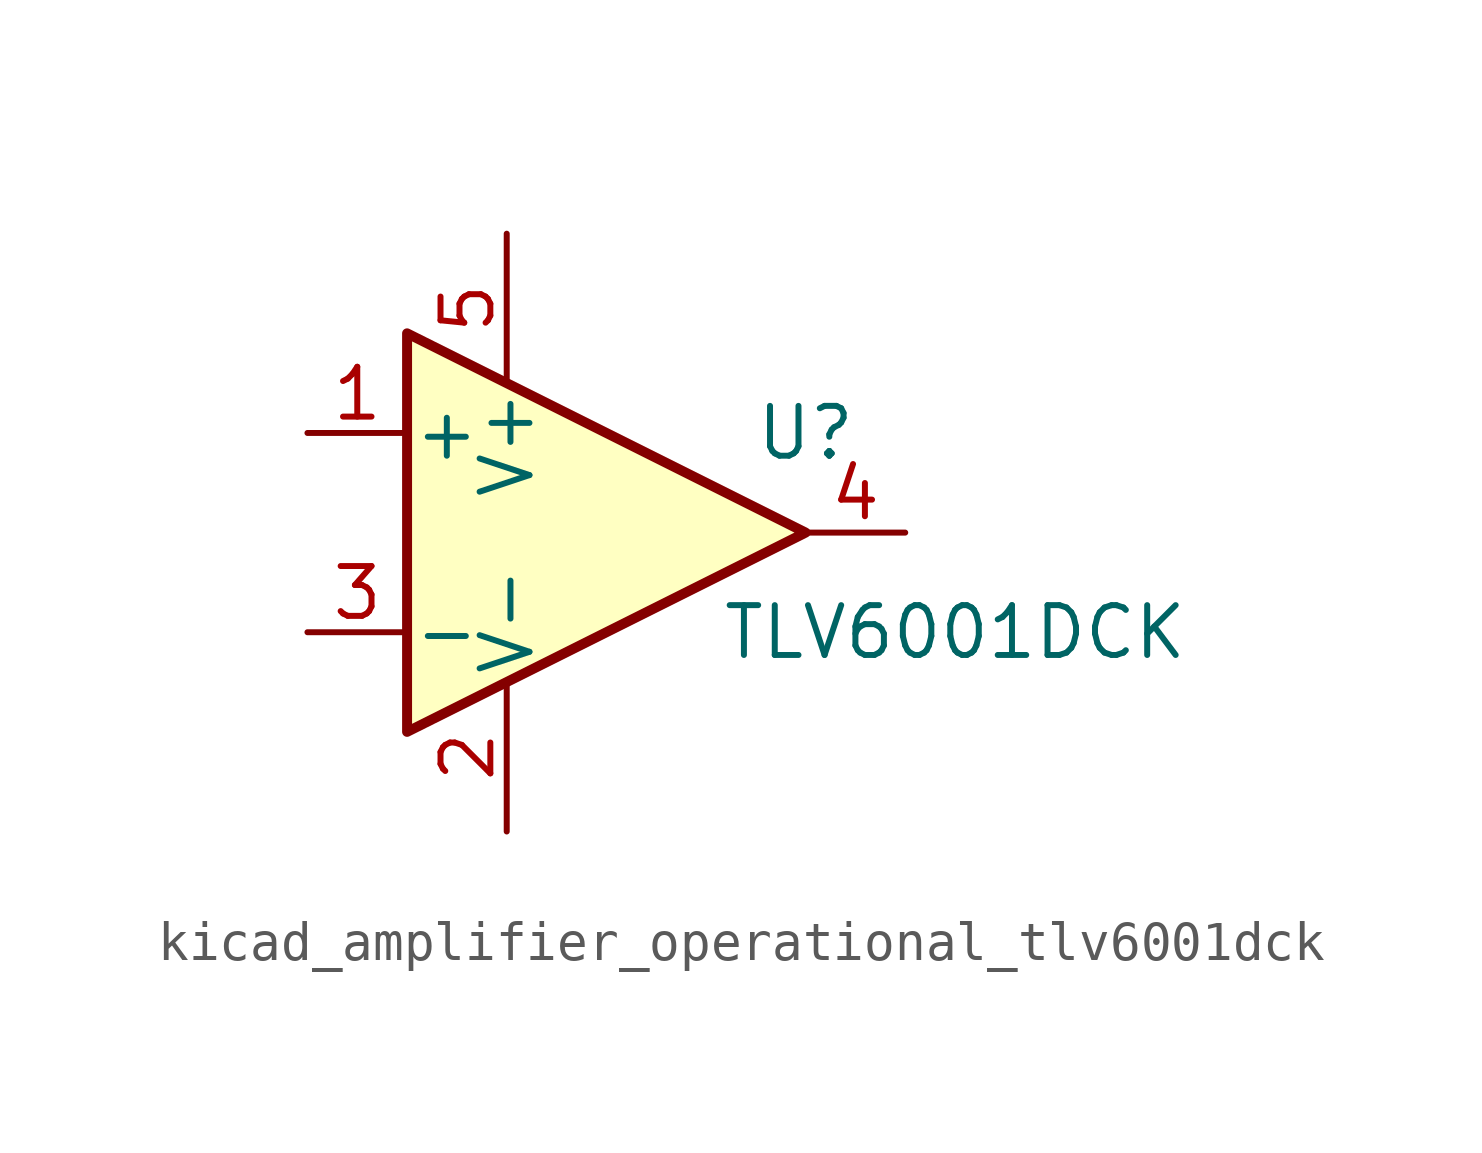
<source format=kicad_sym>
(kicad_symbol_lib
  (version 20220914)
  (generator kicad_symbol_editor)
  (symbol "kicad_amplifier_operational_tlv6001dck"
    (pin_names
      (offset 0.127))
    (property "Reference" "U"
      (at 7.62 2.54 0)
      (effects (font (size 1.27 1.27))))
    (property "Value" "TLV6001DCK"
      (at 11.43 -2.54 0)
      (effects (font (size 1.27 1.27))))
    (symbol "kicad_amplifier_operational_tlv6001dck_0_1"
      (polyline (pts (xy -2.54 5.08) (xy -2.54 -5.08) (xy 7.62 0) (xy -2.54 5.08)) (stroke (width 0.254) (type default)) (fill (type background))))
    (symbol "kicad_amplifier_operational_tlv6001dck_1_1"
      (pin input line (at -5.08 2.54 0) (length 2.54) (name "+" (effects (font (size 1.27 1.27)))) (number "1" (effects (font (size 1.27 1.27)))))
      (pin power_in line (at 0 -7.62 90) (length 3.81) (name "V-" (effects (font (size 1.27 1.27)))) (number "2" (effects (font (size 1.27 1.27)))))
      (pin input line (at -5.08 -2.54 0) (length 2.54) (name "-" (effects (font (size 1.27 1.27)))) (number "3" (effects (font (size 1.27 1.27)))))
      (pin output line (at 10.16 0 180) (length 2.54) (name "~" (effects (font (size 1.27 1.27)))) (number "4" (effects (font (size 1.27 1.27)))))
      (pin power_in line (at 0 7.62 270) (length 3.81) (name "V+" (effects (font (size 1.27 1.27)))) (number "5" (effects (font (size 1.27 1.27))))))))
</source>
